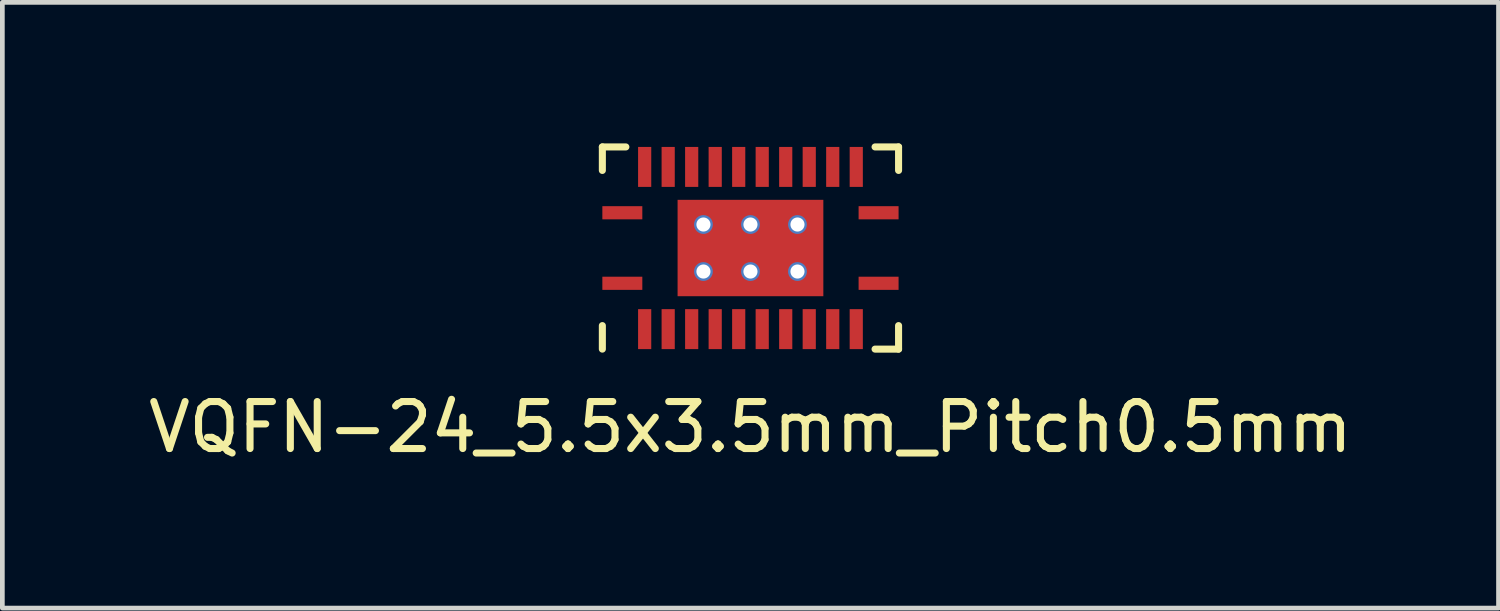
<source format=kicad_pcb>
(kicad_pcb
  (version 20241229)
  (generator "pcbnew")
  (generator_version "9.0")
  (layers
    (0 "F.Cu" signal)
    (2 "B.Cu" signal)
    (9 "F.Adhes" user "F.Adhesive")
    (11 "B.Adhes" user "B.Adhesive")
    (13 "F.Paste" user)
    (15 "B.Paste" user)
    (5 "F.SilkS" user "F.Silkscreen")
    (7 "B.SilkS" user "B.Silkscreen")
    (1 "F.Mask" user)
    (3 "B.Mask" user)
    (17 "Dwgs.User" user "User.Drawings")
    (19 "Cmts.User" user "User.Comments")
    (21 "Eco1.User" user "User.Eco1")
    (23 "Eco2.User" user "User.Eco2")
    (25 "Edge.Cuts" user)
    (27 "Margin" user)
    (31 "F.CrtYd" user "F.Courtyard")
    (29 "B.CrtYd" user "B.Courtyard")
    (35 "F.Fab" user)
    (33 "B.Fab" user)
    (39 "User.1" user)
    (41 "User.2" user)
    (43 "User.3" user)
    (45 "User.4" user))
  (footprint "VQFN-24_5.5x3.5mm_Pitch0.5mm"
    (layer "F.Cu")
    (at 12.911 2.225)
    (property "Reference" "VQFN-24_5.5x3.5mm_Pitch0.5mm" (at 0 3.81 0) (layer "F.SilkS") (effects (font (size 1 1) (thickness 0.15))))
    (attr through_hole)
    (fp_line (start -3.15 -2.15) (end -3.15 -1.65) (stroke (width 0.15) (type solid)) (layer "F.SilkS"))
    (fp_line (start -3.15 -2.15) (end -2.65 -2.15) (stroke (width 0.15) (type solid)) (layer "F.SilkS"))
    (fp_line (start -3.15 1.65) (end -3.15 2.15) (stroke (width 0.15) (type solid)) (layer "F.SilkS"))
    (fp_line (start 3.15 -2.15) (end 2.65 -2.15) (stroke (width 0.15) (type solid)) (layer "F.SilkS"))
    (fp_line (start 3.15 -2.15) (end 3.15 -1.65) (stroke (width 0.15) (type solid)) (layer "F.SilkS"))
    (fp_line (start 3.15 1.65) (end 3.15 2.15) (stroke (width 0.15) (type solid)) (layer "F.SilkS"))
    (fp_line (start 3.15 2.15) (end 2.65 2.15) (stroke (width 0.15) (type solid)) (layer "F.SilkS"))
    (pad "1" smd rect (at -2.725 0.75) (size 0.85 0.28) (layers "F.Cu" "F.Mask" "F.Paste"))
    (pad "2" smd rect (at -2.25 1.725) (size 0.28 0.85) (layers "F.Cu" "F.Mask" "F.Paste"))
    (pad "3" smd rect (at -1.75 1.725) (size 0.28 0.85) (layers "F.Cu" "F.Mask" "F.Paste"))
    (pad "4" smd rect (at -1.25 1.725) (size 0.28 0.85) (layers "F.Cu" "F.Mask" "F.Paste"))
    (pad "5" smd rect (at -0.75 1.725) (size 0.28 0.85) (layers "F.Cu" "F.Mask" "F.Paste"))
    (pad "6" smd rect (at -0.25 1.725) (size 0.28 0.85) (layers "F.Cu" "F.Mask" "F.Paste"))
    (pad "7" smd rect (at 0.25 1.725) (size 0.28 0.85) (layers "F.Cu" "F.Mask" "F.Paste"))
    (pad "8" smd rect (at 0.75 1.725) (size 0.28 0.85) (layers "F.Cu" "F.Mask" "F.Paste"))
    (pad "9" smd rect (at 1.25 1.725) (size 0.28 0.85) (layers "F.Cu" "F.Mask" "F.Paste"))
    (pad "10" smd rect (at 1.75 1.725) (size 0.28 0.85) (layers "F.Cu" "F.Mask" "F.Paste"))
    (pad "11" smd rect (at 2.25 1.725) (size 0.28 0.85) (layers "F.Cu" "F.Mask" "F.Paste"))
    (pad "12" smd rect (at 2.725 0.75) (size 0.85 0.28) (layers "F.Cu" "F.Mask" "F.Paste"))
    (pad "13" smd rect (at 2.725 -0.75) (size 0.85 0.28) (layers "F.Cu" "F.Mask" "F.Paste"))
    (pad "14" smd rect (at 2.25 -1.725) (size 0.28 0.85) (layers "F.Cu" "F.Mask" "F.Paste"))
    (pad "15" smd rect (at 1.75 -1.725) (size 0.28 0.85) (layers "F.Cu" "F.Mask" "F.Paste"))
    (pad "16" smd rect (at 1.25 -1.725) (size 0.28 0.85) (layers "F.Cu" "F.Mask" "F.Paste"))
    (pad "17" smd rect (at 0.75 -1.725) (size 0.28 0.85) (layers "F.Cu" "F.Mask" "F.Paste"))
    (pad "18" smd rect (at 0.25 -1.725) (size 0.28 0.85) (layers "F.Cu" "F.Mask" "F.Paste"))
    (pad "19" smd rect (at -0.25 -1.725) (size 0.28 0.85) (layers "F.Cu" "F.Mask" "F.Paste"))
    (pad "20" smd rect (at -0.75 -1.725) (size 0.28 0.85) (layers "F.Cu" "F.Mask" "F.Paste"))
    (pad "21" smd rect (at -1.25 -1.725) (size 0.28 0.85) (layers "F.Cu" "F.Mask" "F.Paste"))
    (pad "22" smd rect (at -1.75 -1.725) (size 0.28 0.85) (layers "F.Cu" "F.Mask" "F.Paste"))
    (pad "23" smd rect (at -2.25 -1.725) (size 0.28 0.85) (layers "F.Cu" "F.Mask" "F.Paste"))
    (pad "24" smd rect (at -2.725 -0.75) (size 0.85 0.28) (layers "F.Cu" "F.Mask" "F.Paste"))
    (pad "25" thru_hole circle (at -1 -0.5) (size 0.4 0.4) (drill 0.3) (layers "*.Cu" "*.Mask"))
    (pad "25" thru_hole circle (at -1 0.5) (size 0.4 0.4) (drill 0.3) (layers "*.Cu" "*.Mask"))
    (pad "25" thru_hole circle (at 0 -0.5) (size 0.4 0.4) (drill 0.3) (layers "*.Cu" "*.Mask"))
    (pad "25" smd rect (at 0 0) (size 3.1 2.05) (layers "F.Cu" "F.Mask" "F.Paste"))
    (pad "25" thru_hole circle (at 0 0.5) (size 0.4 0.4) (drill 0.3) (layers "*.Cu" "*.Mask"))
    (pad "25" thru_hole circle (at 1 -0.5) (size 0.4 0.4) (drill 0.3) (layers "*.Cu" "*.Mask"))
    (pad "25" thru_hole circle (at 1 0.5) (size 0.4 0.4) (drill 0.3) (layers "*.Cu" "*.Mask")))
  (gr_rect
    (start -3 -3)
    (end 28.821 9.883)
    (stroke (width 0.1) (type default))
    (fill no)
    (layer "Edge.Cuts")))
</source>
